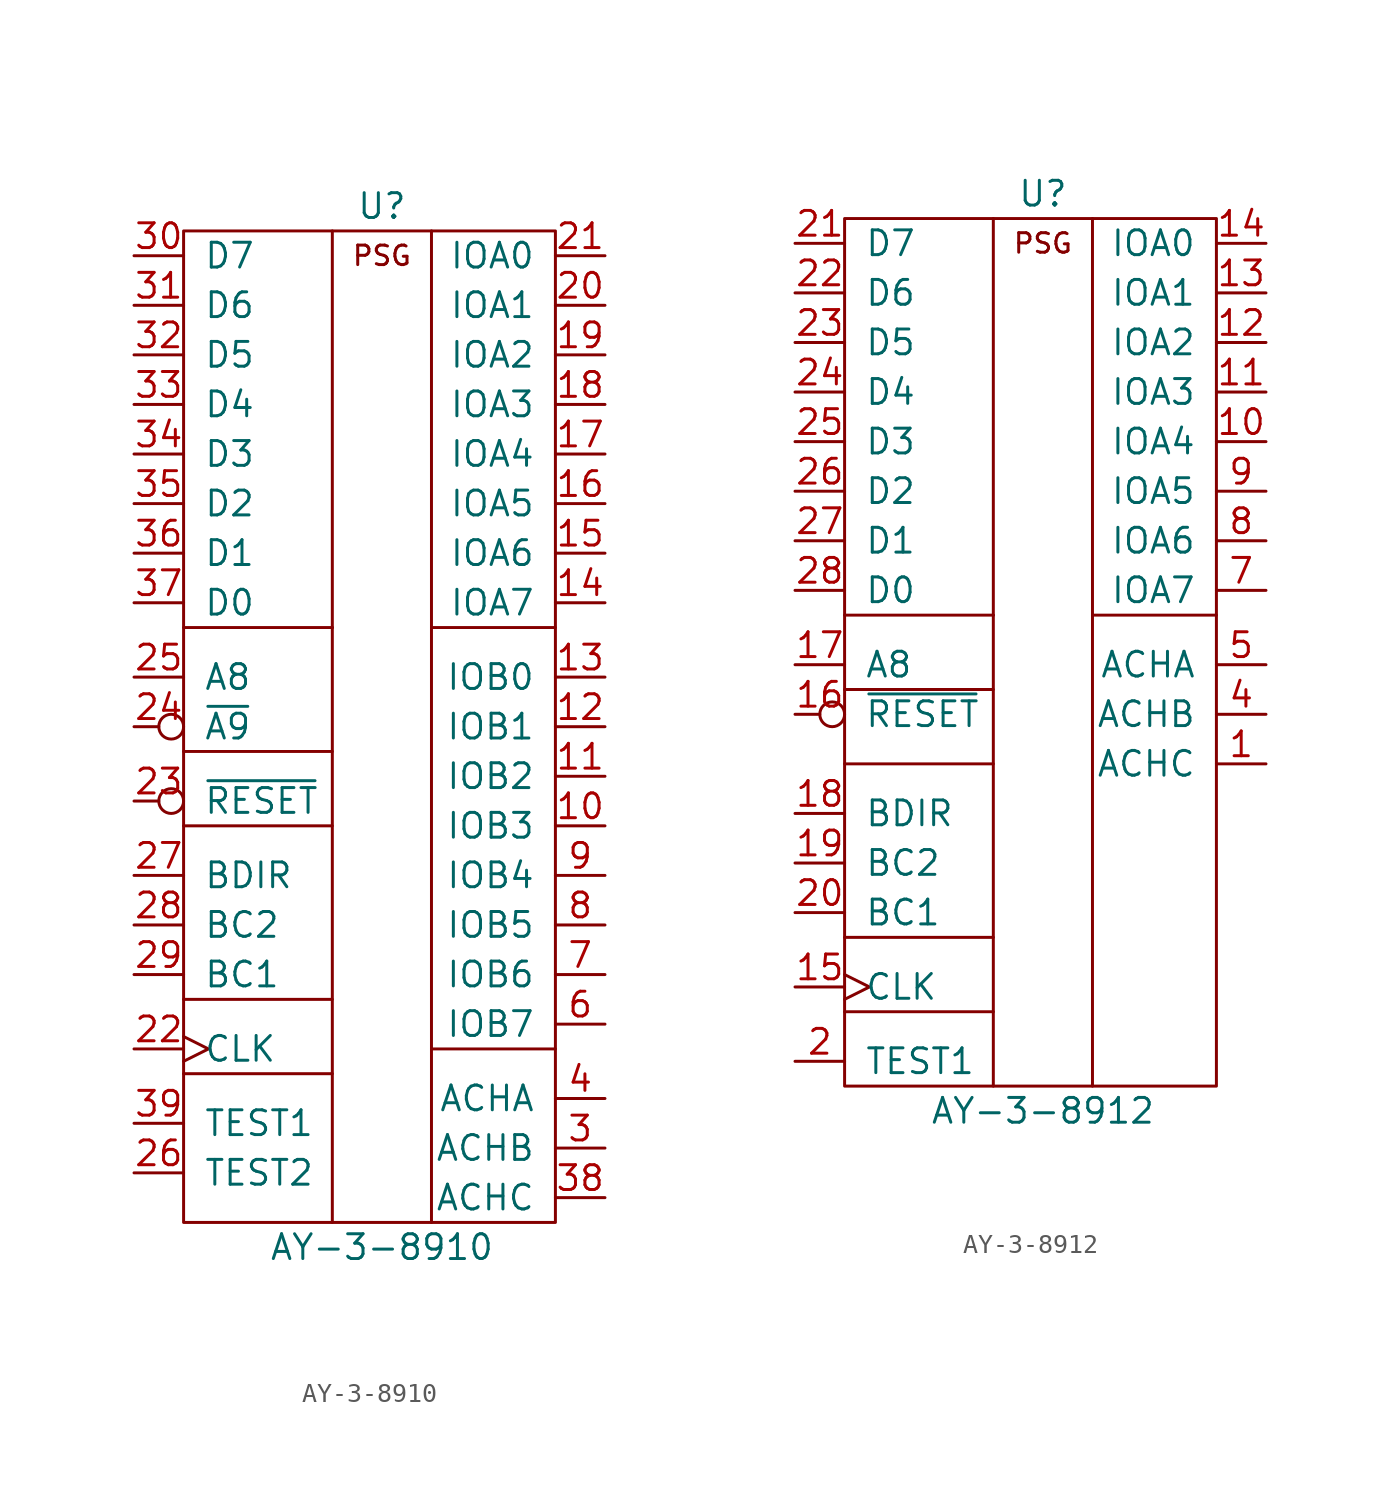
<source format=kicad_sym>
(kicad_symbol_lib
  (version 20211014)
  (generator kicad_symbol_editor)
  (symbol "AY-3-8910"
    (pin_names
      (offset 1.016))
    (property "Reference" "U"
      (at 0 25.4 0)
      (effects (font (size 1.27 1.27))))
    (property "Value" "AY-3-8910"
      (at 0 -27.94 0)
      (effects (font (size 1.27 1.27))))
    (symbol "AY-3-8910_0_0"
      (polyline (pts (xy -10.16 -6.35) (xy -2.54 -6.35)) (stroke (width 0) (type default) (color 0 0 0 0)) (fill (type none)))
      (polyline (pts (xy 2.54 -17.78) (xy 8.89 -17.78)) (stroke (width 0) (type default) (color 0 0 0 0)) (fill (type none)))
      (text "PSG" (at 0 22.86 0) (effects (font (size 1 1)))))
    (symbol "AY-3-8910_0_1"
      (rectangle (start -10.16 24.13) (end 8.89 -26.67) (stroke (width 0) (type default) (color 0 0 0 0)) (fill (type none)))
      (polyline (pts (xy -10.16 -19.05) (xy -2.54 -19.05)) (stroke (width 0) (type default) (color 0 0 0 0)) (fill (type none)))
      (polyline (pts (xy -10.16 -15.24) (xy -2.54 -15.24)) (stroke (width 0) (type default) (color 0 0 0 0)) (fill (type none)))
      (polyline (pts (xy -10.16 -2.54) (xy -2.54 -2.54)) (stroke (width 0) (type default) (color 0 0 0 0)) (fill (type none)))
      (polyline (pts (xy -10.16 3.81) (xy -2.54 3.81)) (stroke (width 0) (type default) (color 0 0 0 0)) (fill (type none)))
      (polyline (pts (xy -2.54 3.81) (xy -2.54 3.81)) (stroke (width 0) (type default) (color 0 0 0 0)) (fill (type none)))
      (polyline (pts (xy -2.54 24.13) (xy -2.54 -26.67)) (stroke (width 0) (type default) (color 0 0 0 0)) (fill (type none)))
      (polyline (pts (xy 2.54 -26.67) (xy 2.54 24.13)) (stroke (width 0) (type default) (color 0 0 0 0)) (fill (type none)))
      (polyline (pts (xy 2.54 3.81) (xy 8.89 3.81)) (stroke (width 0) (type default) (color 0 0 0 0)) (fill (type none)))
      (pin power_in line (at 8.89 -26.67 180) (length 0) hide (name "GND" (effects (font (size 1.27 1.27)))) (number "1" (effects (font (size 1.27 1.27)))))
      (pin power_in line (at 8.89 24.13 180) (length 0) hide (name "VCC" (effects (font (size 1.27 1.27)))) (number "40" (effects (font (size 1.27 1.27))))))
    (symbol "AY-3-8910_1_1"
      (pin bidirectional line (at 11.43 -6.35 180) (length 2.54) (name "IOB3" (effects (font (size 1.27 1.27)))) (number "10" (effects (font (size 1.27 1.27)))))
      (pin bidirectional line (at 11.43 -3.81 180) (length 2.54) (name "IOB2" (effects (font (size 1.27 1.27)))) (number "11" (effects (font (size 1.27 1.27)))))
      (pin bidirectional line (at 11.43 -1.27 180) (length 2.54) (name "IOB1" (effects (font (size 1.27 1.27)))) (number "12" (effects (font (size 1.27 1.27)))))
      (pin bidirectional line (at 11.43 1.27 180) (length 2.54) (name "IOB0" (effects (font (size 1.27 1.27)))) (number "13" (effects (font (size 1.27 1.27)))))
      (pin bidirectional line (at 11.43 5.08 180) (length 2.54) (name "IOA7" (effects (font (size 1.27 1.27)))) (number "14" (effects (font (size 1.27 1.27)))))
      (pin bidirectional line (at 11.43 7.62 180) (length 2.54) (name "IOA6" (effects (font (size 1.27 1.27)))) (number "15" (effects (font (size 1.27 1.27)))))
      (pin bidirectional line (at 11.43 10.16 180) (length 2.54) (name "IOA5" (effects (font (size 1.27 1.27)))) (number "16" (effects (font (size 1.27 1.27)))))
      (pin bidirectional line (at 11.43 12.7 180) (length 2.54) (name "IOA4" (effects (font (size 1.27 1.27)))) (number "17" (effects (font (size 1.27 1.27)))))
      (pin bidirectional line (at 11.43 15.24 180) (length 2.54) (name "IOA3" (effects (font (size 1.27 1.27)))) (number "18" (effects (font (size 1.27 1.27)))))
      (pin bidirectional line (at 11.43 17.78 180) (length 2.54) (name "IOA2" (effects (font (size 1.27 1.27)))) (number "19" (effects (font (size 1.27 1.27)))))
      (pin no_connect line (at 8.89 -17.78 180) (length 0) hide (name "NC" (effects (font (size 1.27 1.27)))) (number "2" (effects (font (size 1.27 1.27)))))
      (pin bidirectional line (at 11.43 20.32 180) (length 2.54) (name "IOA1" (effects (font (size 1.27 1.27)))) (number "20" (effects (font (size 1.27 1.27)))))
      (pin bidirectional line (at 11.43 22.86 180) (length 2.54) (name "IOA0" (effects (font (size 1.27 1.27)))) (number "21" (effects (font (size 1.27 1.27)))))
      (pin input clock (at -12.7 -17.78 0) (length 2.54) (name "CLK" (effects (font (size 1.27 1.27)))) (number "22" (effects (font (size 1.27 1.27)))))
      (pin input inverted (at -12.7 -5.08 0) (length 2.54) (name "~{RESET}" (effects (font (size 1.27 1.27)))) (number "23" (effects (font (size 1.27 1.27)))))
      (pin input inverted (at -12.7 -1.27 0) (length 2.54) (name "~{A9}" (effects (font (size 1.27 1.27)))) (number "24" (effects (font (size 1.27 1.27)))))
      (pin input line (at -12.7 1.27 0) (length 2.54) (name "A8" (effects (font (size 1.27 1.27)))) (number "25" (effects (font (size 1.27 1.27)))))
      (pin input line (at -12.7 -24.13 0) (length 2.54) (name "TEST2" (effects (font (size 1.27 1.27)))) (number "26" (effects (font (size 1.27 1.27)))))
      (pin input line (at -12.7 -8.89 0) (length 2.54) (name "BDIR" (effects (font (size 1.27 1.27)))) (number "27" (effects (font (size 1.27 1.27)))))
      (pin input line (at -12.7 -11.43 0) (length 2.54) (name "BC2" (effects (font (size 1.27 1.27)))) (number "28" (effects (font (size 1.27 1.27)))))
      (pin input line (at -12.7 -13.97 0) (length 2.54) (name "BC1" (effects (font (size 1.27 1.27)))) (number "29" (effects (font (size 1.27 1.27)))))
      (pin output line (at 11.43 -22.86 180) (length 2.54) (name "ACHB" (effects (font (size 1.27 1.27)))) (number "3" (effects (font (size 1.27 1.27)))))
      (pin bidirectional line (at -12.7 22.86 0) (length 2.54) (name "D7" (effects (font (size 1.27 1.27)))) (number "30" (effects (font (size 1.27 1.27)))))
      (pin bidirectional line (at -12.7 20.32 0) (length 2.54) (name "D6" (effects (font (size 1.27 1.27)))) (number "31" (effects (font (size 1.27 1.27)))))
      (pin bidirectional line (at -12.7 17.78 0) (length 2.54) (name "D5" (effects (font (size 1.27 1.27)))) (number "32" (effects (font (size 1.27 1.27)))))
      (pin bidirectional line (at -12.7 15.24 0) (length 2.54) (name "D4" (effects (font (size 1.27 1.27)))) (number "33" (effects (font (size 1.27 1.27)))))
      (pin bidirectional line (at -12.7 12.7 0) (length 2.54) (name "D3" (effects (font (size 1.27 1.27)))) (number "34" (effects (font (size 1.27 1.27)))))
      (pin bidirectional line (at -12.7 10.16 0) (length 2.54) (name "D2" (effects (font (size 1.27 1.27)))) (number "35" (effects (font (size 1.27 1.27)))))
      (pin bidirectional line (at -12.7 7.62 0) (length 2.54) (name "D1" (effects (font (size 1.27 1.27)))) (number "36" (effects (font (size 1.27 1.27)))))
      (pin bidirectional line (at -12.7 5.08 0) (length 2.54) (name "D0" (effects (font (size 1.27 1.27)))) (number "37" (effects (font (size 1.27 1.27)))))
      (pin output line (at 11.43 -25.4 180) (length 2.54) (name "ACHC" (effects (font (size 1.27 1.27)))) (number "38" (effects (font (size 1.27 1.27)))))
      (pin input line (at -12.7 -21.59 0) (length 2.54) (name "TEST1" (effects (font (size 1.27 1.27)))) (number "39" (effects (font (size 1.27 1.27)))))
      (pin output line (at 11.43 -20.32 180) (length 2.54) (name "ACHA" (effects (font (size 1.27 1.27)))) (number "4" (effects (font (size 1.27 1.27)))))
      (pin no_connect line (at 8.89 3.81 180) (length 0) hide (name "NC" (effects (font (size 1.27 1.27)))) (number "5" (effects (font (size 1.27 1.27)))))
      (pin bidirectional line (at 11.43 -16.51 180) (length 2.54) (name "IOB7" (effects (font (size 1.27 1.27)))) (number "6" (effects (font (size 1.27 1.27)))))
      (pin bidirectional line (at 11.43 -13.97 180) (length 2.54) (name "IOB6" (effects (font (size 1.27 1.27)))) (number "7" (effects (font (size 1.27 1.27)))))
      (pin bidirectional line (at 11.43 -11.43 180) (length 2.54) (name "IOB5" (effects (font (size 1.27 1.27)))) (number "8" (effects (font (size 1.27 1.27)))))
      (pin bidirectional line (at 11.43 -8.89 180) (length 2.54) (name "IOB4" (effects (font (size 1.27 1.27)))) (number "9" (effects (font (size 1.27 1.27)))))))
  (symbol "AY-3-8912"
    (pin_names
      (offset 1.016))
    (property "Reference" "U"
      (at 0 25.4 0)
      (effects (font (size 1.27 1.27))))
    (property "Value" "AY-3-8912"
      (at 0 -21.59 0)
      (effects (font (size 1.27 1.27))))
    (symbol "AY-3-8912_0_0"
      (polyline (pts (xy -10.16 -3.81) (xy -2.54 -3.81)) (stroke (width 0) (type default) (color 0 0 0 0)) (fill (type none)))
      (text "PSG" (at 0 22.86 0) (effects (font (size 1 1)))))
    (symbol "AY-3-8912_0_1"
      (rectangle (start -10.16 24.13) (end 8.89 -20.32) (stroke (width 0) (type default) (color 0 0 0 0)) (fill (type none)))
      (polyline (pts (xy -10.16 -16.51) (xy -2.54 -16.51)) (stroke (width 0) (type default) (color 0 0 0 0)) (fill (type none)))
      (polyline (pts (xy -10.16 -12.7) (xy -2.54 -12.7)) (stroke (width 0) (type default) (color 0 0 0 0)) (fill (type none)))
      (polyline (pts (xy -10.16 0) (xy -2.54 0)) (stroke (width 0) (type default) (color 0 0 0 0)) (fill (type none)))
      (polyline (pts (xy -10.16 3.81) (xy -2.54 3.81)) (stroke (width 0) (type default) (color 0 0 0 0)) (fill (type none)))
      (polyline (pts (xy -2.54 3.81) (xy -2.54 3.81)) (stroke (width 0) (type default) (color 0 0 0 0)) (fill (type none)))
      (polyline (pts (xy -2.54 24.13) (xy -2.54 -20.32)) (stroke (width 0) (type default) (color 0 0 0 0)) (fill (type none)))
      (polyline (pts (xy 2.54 -20.32) (xy 2.54 24.13)) (stroke (width 0) (type default) (color 0 0 0 0)) (fill (type none)))
      (polyline (pts (xy 2.54 3.81) (xy 8.89 3.81)) (stroke (width 0) (type default) (color 0 0 0 0)) (fill (type none)))
      (pin power_in line (at 8.89 24.13 180) (length 0) hide (name "VCC" (effects (font (size 1.27 1.27)))) (number "3" (effects (font (size 1.27 1.27)))))
      (pin power_in line (at 8.89 -20.32 180) (length 0) hide (name "GND" (effects (font (size 1.27 1.27)))) (number "6" (effects (font (size 1.27 1.27))))))
    (symbol "AY-3-8912_1_1"
      (pin output line (at 11.43 -3.81 180) (length 2.54) (name "ACHC" (effects (font (size 1.27 1.27)))) (number "1" (effects (font (size 1.27 1.27)))))
      (pin bidirectional line (at 11.43 12.7 180) (length 2.54) (name "IOA4" (effects (font (size 1.27 1.27)))) (number "10" (effects (font (size 1.27 1.27)))))
      (pin bidirectional line (at 11.43 15.24 180) (length 2.54) (name "IOA3" (effects (font (size 1.27 1.27)))) (number "11" (effects (font (size 1.27 1.27)))))
      (pin bidirectional line (at 11.43 17.78 180) (length 2.54) (name "IOA2" (effects (font (size 1.27 1.27)))) (number "12" (effects (font (size 1.27 1.27)))))
      (pin bidirectional line (at 11.43 20.32 180) (length 2.54) (name "IOA1" (effects (font (size 1.27 1.27)))) (number "13" (effects (font (size 1.27 1.27)))))
      (pin bidirectional line (at 11.43 22.86 180) (length 2.54) (name "IOA0" (effects (font (size 1.27 1.27)))) (number "14" (effects (font (size 1.27 1.27)))))
      (pin input clock (at -12.7 -15.24 0) (length 2.54) (name "CLK" (effects (font (size 1.27 1.27)))) (number "15" (effects (font (size 1.27 1.27)))))
      (pin input inverted (at -12.7 -1.27 0) (length 2.54) (name "~{RESET}" (effects (font (size 1.27 1.27)))) (number "16" (effects (font (size 1.27 1.27)))))
      (pin input line (at -12.7 1.27 0) (length 2.54) (name "A8" (effects (font (size 1.27 1.27)))) (number "17" (effects (font (size 1.27 1.27)))))
      (pin input line (at -12.7 -6.35 0) (length 2.54) (name "BDIR" (effects (font (size 1.27 1.27)))) (number "18" (effects (font (size 1.27 1.27)))))
      (pin input line (at -12.7 -8.89 0) (length 2.54) (name "BC2" (effects (font (size 1.27 1.27)))) (number "19" (effects (font (size 1.27 1.27)))))
      (pin input line (at -12.7 -19.05 0) (length 2.54) (name "TEST1" (effects (font (size 1.27 1.27)))) (number "2" (effects (font (size 1.27 1.27)))))
      (pin input line (at -12.7 -11.43 0) (length 2.54) (name "BC1" (effects (font (size 1.27 1.27)))) (number "20" (effects (font (size 1.27 1.27)))))
      (pin bidirectional line (at -12.7 22.86 0) (length 2.54) (name "D7" (effects (font (size 1.27 1.27)))) (number "21" (effects (font (size 1.27 1.27)))))
      (pin bidirectional line (at -12.7 20.32 0) (length 2.54) (name "D6" (effects (font (size 1.27 1.27)))) (number "22" (effects (font (size 1.27 1.27)))))
      (pin bidirectional line (at -12.7 17.78 0) (length 2.54) (name "D5" (effects (font (size 1.27 1.27)))) (number "23" (effects (font (size 1.27 1.27)))))
      (pin bidirectional line (at -12.7 15.24 0) (length 2.54) (name "D4" (effects (font (size 1.27 1.27)))) (number "24" (effects (font (size 1.27 1.27)))))
      (pin bidirectional line (at -12.7 12.7 0) (length 2.54) (name "D3" (effects (font (size 1.27 1.27)))) (number "25" (effects (font (size 1.27 1.27)))))
      (pin bidirectional line (at -12.7 10.16 0) (length 2.54) (name "D2" (effects (font (size 1.27 1.27)))) (number "26" (effects (font (size 1.27 1.27)))))
      (pin bidirectional line (at -12.7 7.62 0) (length 2.54) (name "D1" (effects (font (size 1.27 1.27)))) (number "27" (effects (font (size 1.27 1.27)))))
      (pin bidirectional line (at -12.7 5.08 0) (length 2.54) (name "D0" (effects (font (size 1.27 1.27)))) (number "28" (effects (font (size 1.27 1.27)))))
      (pin output line (at 11.43 -1.27 180) (length 2.54) (name "ACHB" (effects (font (size 1.27 1.27)))) (number "4" (effects (font (size 1.27 1.27)))))
      (pin output line (at 11.43 1.27 180) (length 2.54) (name "ACHA" (effects (font (size 1.27 1.27)))) (number "5" (effects (font (size 1.27 1.27)))))
      (pin bidirectional line (at 11.43 5.08 180) (length 2.54) (name "IOA7" (effects (font (size 1.27 1.27)))) (number "7" (effects (font (size 1.27 1.27)))))
      (pin bidirectional line (at 11.43 7.62 180) (length 2.54) (name "IOA6" (effects (font (size 1.27 1.27)))) (number "8" (effects (font (size 1.27 1.27)))))
      (pin bidirectional line (at 11.43 10.16 180) (length 2.54) (name "IOA5" (effects (font (size 1.27 1.27)))) (number "9" (effects (font (size 1.27 1.27))))))))
</source>
